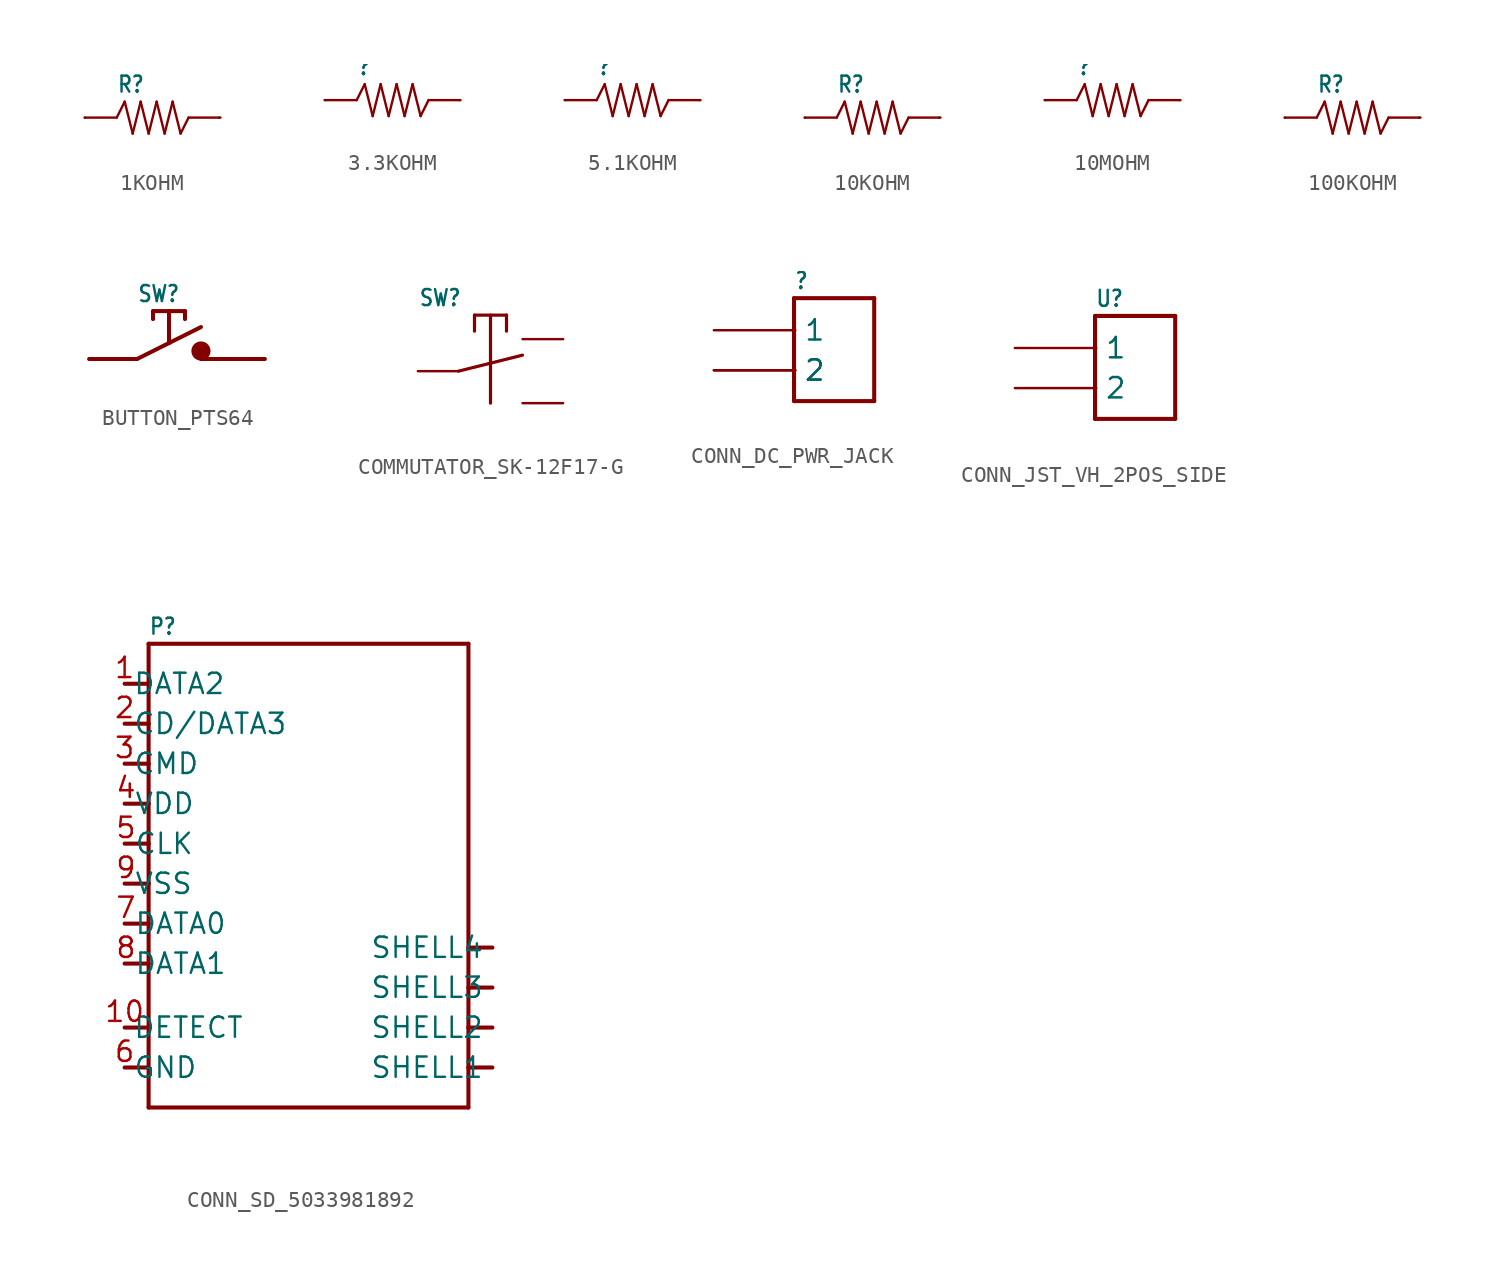
<source format=kicad_sym>
(kicad_symbol_lib
  (version 20241209)
  (generator "kicad_symbol_editor")
  (generator_version "9.0")
  (symbol "1KOHM"
    (property "Reference" "R"
      (at 2 1.5 0)
      (effects (font (size 1 0.85)) (justify left bottom)))
    (property "Value" ""
      (at 2 -2.5 0)
      (effects (font (size 1 0.85)) (justify left bottom)))
    (property "ki_locked" ""
      (at 0 0 0)
      (effects (font (size 1.27 1.27))))
    (symbol "1KOHM_1_0"
      (polyline (pts (xy 0 0) (xy 2 0)) (stroke (width 0.15) (type solid)) (fill (type none)))
      (polyline (pts (xy 2 0) (xy 2.5 1)) (stroke (width 0.15) (type solid)) (fill (type none)))
      (polyline (pts (xy 2.5 1) (xy 3 -1)) (stroke (width 0.15) (type solid)) (fill (type none)))
      (polyline (pts (xy 3 -1) (xy 3.5 1)) (stroke (width 0.15) (type solid)) (fill (type none)))
      (polyline (pts (xy 3.5 1) (xy 4 -1)) (stroke (width 0.15) (type solid)) (fill (type none)))
      (polyline (pts (xy 4 -1) (xy 4.5 1)) (stroke (width 0.15) (type solid)) (fill (type none)))
      (polyline (pts (xy 4.5 1) (xy 5 -1)) (stroke (width 0.15) (type solid)) (fill (type none)))
      (polyline (pts (xy 5 -1) (xy 5.5 1)) (stroke (width 0.15) (type solid)) (fill (type none)))
      (polyline (pts (xy 5.5 1) (xy 6 -1)) (stroke (width 0.15) (type solid)) (fill (type none)))
      (polyline (pts (xy 6 -1) (xy 6.5 0)) (stroke (width 0.15) (type solid)) (fill (type none)))
      (polyline (pts (xy 6.5 0) (xy 8.5 0)) (stroke (width 0.15) (type solid)) (fill (type none)))
      (pin bidirectional line (at 0 0 0) (length 0) (name "1" (effects (font (size 0 0)))) (number "1" (effects (font (size 0 0)))))
      (pin bidirectional line (at 8.42 0 180) (length 0) (name "2" (effects (font (size 0 0)))) (number "2" (effects (font (size 0 0)))))))
  (symbol "3.3KOHM"
    (property "Reference" ""
      (at 2 1.5 0)
      (effects (font (size 1 0.85)) (justify left bottom)))
    (property "Value" ""
      (at 2 -2.5 0)
      (effects (font (size 1 0.85)) (justify left bottom)))
    (property "ki_locked" ""
      (at 0 0 0)
      (effects (font (size 1.27 1.27))))
    (symbol "3.3KOHM_1_0"
      (polyline (pts (xy 0 0) (xy 2 0)) (stroke (width 0.15) (type solid)) (fill (type none)))
      (polyline (pts (xy 2 0) (xy 2.5 1)) (stroke (width 0.15) (type solid)) (fill (type none)))
      (polyline (pts (xy 2.5 1) (xy 3 -1)) (stroke (width 0.15) (type solid)) (fill (type none)))
      (polyline (pts (xy 3 -1) (xy 3.5 1)) (stroke (width 0.15) (type solid)) (fill (type none)))
      (polyline (pts (xy 3.5 1) (xy 4 -1)) (stroke (width 0.15) (type solid)) (fill (type none)))
      (polyline (pts (xy 4 -1) (xy 4.5 1)) (stroke (width 0.15) (type solid)) (fill (type none)))
      (polyline (pts (xy 4.5 1) (xy 5 -1)) (stroke (width 0.15) (type solid)) (fill (type none)))
      (polyline (pts (xy 5 -1) (xy 5.5 1)) (stroke (width 0.15) (type solid)) (fill (type none)))
      (polyline (pts (xy 5.5 1) (xy 6 -1)) (stroke (width 0.15) (type solid)) (fill (type none)))
      (polyline (pts (xy 6 -1) (xy 6.5 0)) (stroke (width 0.15) (type solid)) (fill (type none)))
      (polyline (pts (xy 6.5 0) (xy 8.5 0)) (stroke (width 0.15) (type solid)) (fill (type none)))
      (pin bidirectional line (at 0 0 0) (length 0) (name "1" (effects (font (size 0 0)))) (number "1" (effects (font (size 0 0)))))
      (pin bidirectional line (at 8.42 0 180) (length 0) (name "2" (effects (font (size 0 0)))) (number "2" (effects (font (size 0 0)))))))
  (symbol "5.1KOHM"
    (property "Reference" ""
      (at 2 1.5 0)
      (effects (font (size 1 0.85)) (justify left bottom)))
    (property "Value" ""
      (at 2 -2.5 0)
      (effects (font (size 1 0.85)) (justify left bottom)))
    (property "ki_locked" ""
      (at 0 0 0)
      (effects (font (size 1.27 1.27))))
    (symbol "5.1KOHM_1_0"
      (polyline (pts (xy 0 0) (xy 2 0)) (stroke (width 0.15) (type solid)) (fill (type none)))
      (polyline (pts (xy 2 0) (xy 2.5 1)) (stroke (width 0.15) (type solid)) (fill (type none)))
      (polyline (pts (xy 2.5 1) (xy 3 -1)) (stroke (width 0.15) (type solid)) (fill (type none)))
      (polyline (pts (xy 3 -1) (xy 3.5 1)) (stroke (width 0.15) (type solid)) (fill (type none)))
      (polyline (pts (xy 3.5 1) (xy 4 -1)) (stroke (width 0.15) (type solid)) (fill (type none)))
      (polyline (pts (xy 4 -1) (xy 4.5 1)) (stroke (width 0.15) (type solid)) (fill (type none)))
      (polyline (pts (xy 4.5 1) (xy 5 -1)) (stroke (width 0.15) (type solid)) (fill (type none)))
      (polyline (pts (xy 5 -1) (xy 5.5 1)) (stroke (width 0.15) (type solid)) (fill (type none)))
      (polyline (pts (xy 5.5 1) (xy 6 -1)) (stroke (width 0.15) (type solid)) (fill (type none)))
      (polyline (pts (xy 6 -1) (xy 6.5 0)) (stroke (width 0.15) (type solid)) (fill (type none)))
      (polyline (pts (xy 6.5 0) (xy 8.5 0)) (stroke (width 0.15) (type solid)) (fill (type none)))
      (pin bidirectional line (at 0 0 0) (length 0) (name "1" (effects (font (size 0 0)))) (number "1" (effects (font (size 0 0)))))
      (pin bidirectional line (at 8.42 0 180) (length 0) (name "2" (effects (font (size 0 0)))) (number "2" (effects (font (size 0 0)))))))
  (symbol "10KOHM"
    (property "Reference" "R"
      (at 2 1.5 0)
      (effects (font (size 1 0.85)) (justify left bottom)))
    (property "Value" ""
      (at 2 -2.5 0)
      (effects (font (size 1 0.85)) (justify left bottom)))
    (property "ki_locked" ""
      (at 0 0 0)
      (effects (font (size 1.27 1.27))))
    (symbol "10KOHM_1_0"
      (polyline (pts (xy 0 0) (xy 2 0)) (stroke (width 0.15) (type solid)) (fill (type none)))
      (polyline (pts (xy 2 0) (xy 2.5 1)) (stroke (width 0.15) (type solid)) (fill (type none)))
      (polyline (pts (xy 2.5 1) (xy 3 -1)) (stroke (width 0.15) (type solid)) (fill (type none)))
      (polyline (pts (xy 3 -1) (xy 3.5 1)) (stroke (width 0.15) (type solid)) (fill (type none)))
      (polyline (pts (xy 3.5 1) (xy 4 -1)) (stroke (width 0.15) (type solid)) (fill (type none)))
      (polyline (pts (xy 4 -1) (xy 4.5 1)) (stroke (width 0.15) (type solid)) (fill (type none)))
      (polyline (pts (xy 4.5 1) (xy 5 -1)) (stroke (width 0.15) (type solid)) (fill (type none)))
      (polyline (pts (xy 5 -1) (xy 5.5 1)) (stroke (width 0.15) (type solid)) (fill (type none)))
      (polyline (pts (xy 5.5 1) (xy 6 -1)) (stroke (width 0.15) (type solid)) (fill (type none)))
      (polyline (pts (xy 6 -1) (xy 6.5 0)) (stroke (width 0.15) (type solid)) (fill (type none)))
      (polyline (pts (xy 6.5 0) (xy 8.5 0)) (stroke (width 0.15) (type solid)) (fill (type none)))
      (pin bidirectional line (at 0 0 0) (length 0) (name "1" (effects (font (size 0 0)))) (number "1" (effects (font (size 0 0)))))
      (pin bidirectional line (at 8.42 0 180) (length 0) (name "2" (effects (font (size 0 0)))) (number "2" (effects (font (size 0 0)))))))
  (symbol "10MOHM"
    (property "Reference" ""
      (at 2 1.5 0)
      (effects (font (size 1 0.85)) (justify left bottom)))
    (property "Value" ""
      (at 2 -2.5 0)
      (effects (font (size 1 0.85)) (justify left bottom)))
    (property "ki_locked" ""
      (at 0 0 0)
      (effects (font (size 1.27 1.27))))
    (symbol "10MOHM_1_0"
      (polyline (pts (xy 0 0) (xy 2 0)) (stroke (width 0.15) (type solid)) (fill (type none)))
      (polyline (pts (xy 2 0) (xy 2.5 1)) (stroke (width 0.15) (type solid)) (fill (type none)))
      (polyline (pts (xy 2.5 1) (xy 3 -1)) (stroke (width 0.15) (type solid)) (fill (type none)))
      (polyline (pts (xy 3 -1) (xy 3.5 1)) (stroke (width 0.15) (type solid)) (fill (type none)))
      (polyline (pts (xy 3.5 1) (xy 4 -1)) (stroke (width 0.15) (type solid)) (fill (type none)))
      (polyline (pts (xy 4 -1) (xy 4.5 1)) (stroke (width 0.15) (type solid)) (fill (type none)))
      (polyline (pts (xy 4.5 1) (xy 5 -1)) (stroke (width 0.15) (type solid)) (fill (type none)))
      (polyline (pts (xy 5 -1) (xy 5.5 1)) (stroke (width 0.15) (type solid)) (fill (type none)))
      (polyline (pts (xy 5.5 1) (xy 6 -1)) (stroke (width 0.15) (type solid)) (fill (type none)))
      (polyline (pts (xy 6 -1) (xy 6.5 0)) (stroke (width 0.15) (type solid)) (fill (type none)))
      (polyline (pts (xy 6.5 0) (xy 8.5 0)) (stroke (width 0.15) (type solid)) (fill (type none)))
      (pin bidirectional line (at 0 0 0) (length 0) (name "1" (effects (font (size 0 0)))) (number "1" (effects (font (size 0 0)))))
      (pin bidirectional line (at 8.42 0 180) (length 0) (name "2" (effects (font (size 0 0)))) (number "2" (effects (font (size 0 0)))))))
  (symbol "100KOHM"
    (property "Reference" "R"
      (at 2 1.5 0)
      (effects (font (size 1 0.85)) (justify left bottom)))
    (property "Value" ""
      (at 2 -2.5 0)
      (effects (font (size 1 0.85)) (justify left bottom)))
    (property "ki_locked" ""
      (at 0 0 0)
      (effects (font (size 1.27 1.27))))
    (symbol "100KOHM_1_0"
      (polyline (pts (xy 0 0) (xy 2 0)) (stroke (width 0.15) (type solid)) (fill (type none)))
      (polyline (pts (xy 2 0) (xy 2.5 1)) (stroke (width 0.15) (type solid)) (fill (type none)))
      (polyline (pts (xy 2.5 1) (xy 3 -1)) (stroke (width 0.15) (type solid)) (fill (type none)))
      (polyline (pts (xy 3 -1) (xy 3.5 1)) (stroke (width 0.15) (type solid)) (fill (type none)))
      (polyline (pts (xy 3.5 1) (xy 4 -1)) (stroke (width 0.15) (type solid)) (fill (type none)))
      (polyline (pts (xy 4 -1) (xy 4.5 1)) (stroke (width 0.15) (type solid)) (fill (type none)))
      (polyline (pts (xy 4.5 1) (xy 5 -1)) (stroke (width 0.15) (type solid)) (fill (type none)))
      (polyline (pts (xy 5 -1) (xy 5.5 1)) (stroke (width 0.15) (type solid)) (fill (type none)))
      (polyline (pts (xy 5.5 1) (xy 6 -1)) (stroke (width 0.15) (type solid)) (fill (type none)))
      (polyline (pts (xy 6 -1) (xy 6.5 0)) (stroke (width 0.15) (type solid)) (fill (type none)))
      (polyline (pts (xy 6.5 0) (xy 8.5 0)) (stroke (width 0.15) (type solid)) (fill (type none)))
      (pin bidirectional line (at 0 0 0) (length 0) (name "1" (effects (font (size 0 0)))) (number "1" (effects (font (size 0 0)))))
      (pin bidirectional line (at 8.42 0 180) (length 0) (name "2" (effects (font (size 0 0)))) (number "2" (effects (font (size 0 0)))))))
  (symbol "BUTTON_PTS64"
    (property "Reference" "SW"
      (at 3 3.5 0)
      (effects (font (size 1 0.85)) (justify left bottom)))
    (property "Value" ""
      (at 3 -2 0)
      (effects (font (size 1 0.85)) (justify left bottom)))
    (property "ki_locked" ""
      (at 0 0 0)
      (effects (font (size 1.27 1.27))))
    (symbol "BUTTON_PTS64_1_0"
      (polyline (pts (xy 3 0) (xy 5 1)) (stroke (width 0.254) (type solid)) (fill (type none)))
      (polyline (pts (xy 3 0) (xy 0 0)) (stroke (width 0.254) (type solid)) (fill (type none)))
      (polyline (pts (xy 4 3) (xy 4 2.5)) (stroke (width 0.254) (type solid)) (fill (type none)))
      (polyline (pts (xy 5 3) (xy 6 3)) (stroke (width 0.254) (type solid)) (fill (type none)))
      (polyline (pts (xy 5 3) (xy 4 3)) (stroke (width 0.254) (type solid)) (fill (type none)))
      (polyline (pts (xy 5 1) (xy 7 2)) (stroke (width 0.254) (type solid)) (fill (type none)))
      (polyline (pts (xy 5 1) (xy 5 3)) (stroke (width 0.254) (type solid)) (fill (type none)))
      (polyline (pts (xy 6 3) (xy 6 2.5)) (stroke (width 0.254) (type solid)) (fill (type none)))
      (circle (center 7 0.5) (radius 0.3) (stroke (width 0.6) (type solid)) (fill (type none)))
      (polyline (pts (xy 7 0) (xy 11 0)) (stroke (width 0.254) (type solid)) (fill (type none)))
      (pin bidirectional line (at 0 0 0) (length 0) (name "C" (effects (font (size 0 0)))) (number "1" (effects (font (size 0 0)))))
      (pin bidirectional line (at 0 0 0) (length 0) (name "C" (effects (font (size 0 0)))) (number "2" (effects (font (size 0 0)))))
      (pin bidirectional line (at 11 0 0) (length 0) (name "T" (effects (font (size 0 0)))) (number "3" (effects (font (size 0 0)))))
      (pin bidirectional line (at 11 0 0) (length 0) (name "T" (effects (font (size 0 0)))) (number "4" (effects (font (size 0 0)))))))
  (symbol "COMMUTATOR_SK-12F17-G"
    (property "Reference" "SW"
      (at 0 4 0)
      (effects (font (size 1 0.85)) (justify left bottom)))
    (property "Value" ""
      (at 0 -4 0)
      (effects (font (size 1 0.85)) (justify left bottom)))
    (property "ki_locked" ""
      (at 0 0 0)
      (effects (font (size 1.27 1.27))))
    (symbol "COMMUTATOR_SK-12F17-G_1_0"
      (polyline (pts (xy 2.5 0) (xy 6.5 1)) (stroke (width 0.2) (type solid)) (fill (type none)))
      (polyline (pts (xy 3.5 3.5) (xy 5.5 3.5)) (stroke (width 0.2) (type solid)) (fill (type none)))
      (polyline (pts (xy 3.5 2.5) (xy 3.5 3.5)) (stroke (width 0.2) (type solid)) (fill (type none)))
      (polyline (pts (xy 4.5 -2) (xy 4.5 3.5)) (stroke (width 0.2) (type solid)) (fill (type none)))
      (polyline (pts (xy 5.5 3.5) (xy 5.5 2.5)) (stroke (width 0.2) (type solid)) (fill (type none)))
      (pin bidirectional line (at -0.04 0 0) (length 2.54) (name "IN" (effects (font (size 0 0)))) (number "IN" (effects (font (size 0 0)))))
      (pin bidirectional line (at 9.04 2 180) (length 2.54) (name "OUT_1" (effects (font (size 0 0)))) (number "OUT_L" (effects (font (size 0 0)))))
      (pin bidirectional line (at 9.04 -2 180) (length 2.54) (name "OUT_2" (effects (font (size 0 0)))) (number "OUT_R" (effects (font (size 0 0)))))))
  (symbol "CONN_DC_PWR_JACK"
    (property "Reference" ""
      (at 5 2.5 0)
      (effects (font (size 1 0.85)) (justify left bottom)))
    (property "Value" ""
      (at 5 -5.92 0)
      (effects (font (size 1 0.85)) (justify left bottom)))
    (property "ki_locked" ""
      (at 0 0 0)
      (effects (font (size 1.27 1.27))))
    (symbol "CONN_DC_PWR_JACK_1_0"
      (polyline (pts (xy 5 2) (xy 5 -4.42)) (stroke (width 0.254) (type solid)) (fill (type none)))
      (polyline (pts (xy 5 -4.42) (xy 10 -4.42)) (stroke (width 0.254) (type solid)) (fill (type none)))
      (polyline (pts (xy 10 2) (xy 5 2)) (stroke (width 0.254) (type solid)) (fill (type none)))
      (polyline (pts (xy 10 -4.42) (xy 10 2)) (stroke (width 0.254) (type solid)) (fill (type none)))
      (pin bidirectional line (at 0 0 0) (length 5.08) (name "1" (effects (font (size 1.27 1.27)))) (number "1" (effects (font (size 0 0)))))
      (pin bidirectional line (at 0 -2.5 0) (length 5.08) (name "2" (effects (font (size 1.27 1.27)))) (number "2" (effects (font (size 0 0)))))
      (pin bidirectional line (at 0 -2.5 0) (length 5.08) (name "2" (effects (font (size 1.27 1.27)))) (number "3" (effects (font (size 0 0)))))))
  (symbol "CONN_JST_VH_2POS_SIDE"
    (property "Reference" "U"
      (at 5 2.5 0)
      (effects (font (size 1 0.85)) (justify left bottom)))
    (property "Value" ""
      (at 5 -5.92 0)
      (effects (font (size 1 0.85)) (justify left bottom)))
    (property "ki_locked" ""
      (at 0 0 0)
      (effects (font (size 1.27 1.27))))
    (symbol "CONN_JST_VH_2POS_SIDE_1_0"
      (polyline (pts (xy 5 2) (xy 5 -4.42)) (stroke (width 0.254) (type solid)) (fill (type none)))
      (polyline (pts (xy 5 -4.42) (xy 10 -4.42)) (stroke (width 0.254) (type solid)) (fill (type none)))
      (polyline (pts (xy 10 2) (xy 5 2)) (stroke (width 0.254) (type solid)) (fill (type none)))
      (polyline (pts (xy 10 -4.42) (xy 10 2)) (stroke (width 0.254) (type solid)) (fill (type none)))
      (pin bidirectional line (at 0 0 0) (length 5.08) (name "1" (effects (font (size 1.27 1.27)))) (number "1" (effects (font (size 0 0)))))
      (pin bidirectional line (at 0 -2.5 0) (length 5.08) (name "2" (effects (font (size 1.27 1.27)))) (number "2" (effects (font (size 0 0)))))))
  (symbol "CONN_SD_5033981892"
    (property "Reference" "P"
      (at 1.5 3 0)
      (effects (font (size 1 0.85)) (justify left bottom)))
    (property "Value" ""
      (at 1.5 -28 0)
      (effects (font (size 1 0.85)) (justify left bottom)))
    (property "ki_locked" ""
      (at 0 0 0)
      (effects (font (size 1.27 1.27))))
    (symbol "CONN_SD_5033981892_1_0"
      (polyline (pts (xy 0 0) (xy 1.5 0)) (stroke (width 0.254) (type solid)) (fill (type none)))
      (polyline (pts (xy 0 -2.5) (xy 1.5 -2.5)) (stroke (width 0.254) (type solid)) (fill (type none)))
      (polyline (pts (xy 0 -5) (xy 1.5 -5)) (stroke (width 0.254) (type solid)) (fill (type none)))
      (polyline (pts (xy 0 -7.5) (xy 1.5 -7.5)) (stroke (width 0.254) (type solid)) (fill (type none)))
      (polyline (pts (xy 0 -10) (xy 1.5 -10)) (stroke (width 0.254) (type solid)) (fill (type none)))
      (polyline (pts (xy 0 -12.5) (xy 1.5 -12.5)) (stroke (width 0.254) (type solid)) (fill (type none)))
      (polyline (pts (xy 0 -15) (xy 1.5 -15)) (stroke (width 0.254) (type solid)) (fill (type none)))
      (polyline (pts (xy 0 -17.5) (xy 1.5 -17.5)) (stroke (width 0.254) (type solid)) (fill (type none)))
      (polyline (pts (xy 0 -21.5) (xy 1.5 -21.5)) (stroke (width 0.254) (type solid)) (fill (type none)))
      (polyline (pts (xy 0 -24) (xy 1.5 -24)) (stroke (width 0.254) (type solid)) (fill (type none)))
      (polyline (pts (xy 1.5 2.5) (xy 21.5 2.5)) (stroke (width 0.254) (type solid)) (fill (type none)))
      (polyline (pts (xy 1.5 0) (xy 1.5 2.5)) (stroke (width 0.254) (type solid)) (fill (type none)))
      (polyline (pts (xy 1.5 -2.5) (xy 1.5 0)) (stroke (width 0.254) (type solid)) (fill (type none)))
      (polyline (pts (xy 1.5 -5) (xy 1.5 -2.5)) (stroke (width 0.254) (type solid)) (fill (type none)))
      (polyline (pts (xy 1.5 -7.5) (xy 1.5 -5)) (stroke (width 0.254) (type solid)) (fill (type none)))
      (polyline (pts (xy 1.5 -10) (xy 1.5 -7.5)) (stroke (width 0.254) (type solid)) (fill (type none)))
      (polyline (pts (xy 1.5 -12.5) (xy 1.5 -10)) (stroke (width 0.254) (type solid)) (fill (type none)))
      (polyline (pts (xy 1.5 -15) (xy 1.5 -12.5)) (stroke (width 0.254) (type solid)) (fill (type none)))
      (polyline (pts (xy 1.5 -17.5) (xy 1.5 -15)) (stroke (width 0.254) (type solid)) (fill (type none)))
      (polyline (pts (xy 1.5 -26.5) (xy 1.5 -17.5)) (stroke (width 0.254) (type solid)) (fill (type none)))
      (polyline (pts (xy 21.5 2.5) (xy 21.5 -16.5)) (stroke (width 0.254) (type solid)) (fill (type none)))
      (polyline (pts (xy 21.5 -16.5) (xy 21.5 -19)) (stroke (width 0.254) (type solid)) (fill (type none)))
      (polyline (pts (xy 21.5 -19) (xy 21.5 -21.5)) (stroke (width 0.254) (type solid)) (fill (type none)))
      (polyline (pts (xy 21.5 -21.5) (xy 23 -21.5)) (stroke (width 0.254) (type solid)) (fill (type none)))
      (polyline (pts (xy 21.5 -21.5) (xy 21.5 -24)) (stroke (width 0.254) (type solid)) (fill (type none)))
      (polyline (pts (xy 21.5 -24) (xy 21.5 -26.5)) (stroke (width 0.254) (type solid)) (fill (type none)))
      (polyline (pts (xy 21.5 -24) (xy 23 -24)) (stroke (width 0.254) (type solid)) (fill (type none)))
      (polyline (pts (xy 21.5 -26.5) (xy 1.5 -26.5)) (stroke (width 0.254) (type solid)) (fill (type none)))
      (polyline (pts (xy 23 -16.5) (xy 21.5 -16.5)) (stroke (width 0.254) (type solid)) (fill (type none)))
      (polyline (pts (xy 23 -19) (xy 21.5 -19)) (stroke (width 0.254) (type solid)) (fill (type none)))
      (pin bidirectional line (at 0 0 0) (length 0) (name "DATA2" (effects (font (size 1.27 1.27)))) (number "1" (effects (font (size 1.27 1.27)))))
      (pin bidirectional line (at 0 -2.5 0) (length 0) (name "CD/DATA3" (effects (font (size 1.27 1.27)))) (number "2" (effects (font (size 1.27 1.27)))))
      (pin bidirectional line (at 0 -5 0) (length 0) (name "CMD" (effects (font (size 1.27 1.27)))) (number "3" (effects (font (size 1.27 1.27)))))
      (pin bidirectional line (at 0 -21.5 0) (length 0) (name "DETECT" (effects (font (size 1.27 1.27)))) (number "10" (effects (font (size 1.27 1.27)))))
      (pin bidirectional line (at 0 -24 0) (length 0) (name "GND" (effects (font (size 1.27 1.27)))) (number "6" (effects (font (size 1.27 1.27)))))
      (pin bidirectional line (at 0.08 -7.5 0) (length 0) (name "VDD" (effects (font (size 1.27 1.27)))) (number "4" (effects (font (size 1.27 1.27)))))
      (pin bidirectional line (at 0.08 -10 0) (length 0) (name "CLK" (effects (font (size 1.27 1.27)))) (number "5" (effects (font (size 1.27 1.27)))))
      (pin bidirectional line (at 0.08 -12.5 0) (length 0) (name "VSS" (effects (font (size 1.27 1.27)))) (number "9" (effects (font (size 1.27 1.27)))))
      (pin bidirectional line (at 0.08 -15 0) (length 0) (name "DATA0" (effects (font (size 1.27 1.27)))) (number "7" (effects (font (size 1.27 1.27)))))
      (pin bidirectional line (at 0.08 -17.5 0) (length 0) (name "DATA1" (effects (font (size 1.27 1.27)))) (number "8" (effects (font (size 1.27 1.27)))))
      (pin bidirectional line (at 23 -16.5 180) (length 0) (name "SHELL4" (effects (font (size 1.27 1.27)))) (number "SH4" (effects (font (size 0 0)))))
      (pin bidirectional line (at 23 -19 180) (length 0) (name "SHELL3" (effects (font (size 1.27 1.27)))) (number "SH3" (effects (font (size 0 0)))))
      (pin bidirectional line (at 23 -21.5 180) (length 0) (name "SHELL2" (effects (font (size 1.27 1.27)))) (number "SH2" (effects (font (size 0 0)))))
      (pin bidirectional line (at 23 -24 180) (length 0) (name "SHELL1" (effects (font (size 1.27 1.27)))) (number "SH1" (effects (font (size 0 0))))))))
</source>
